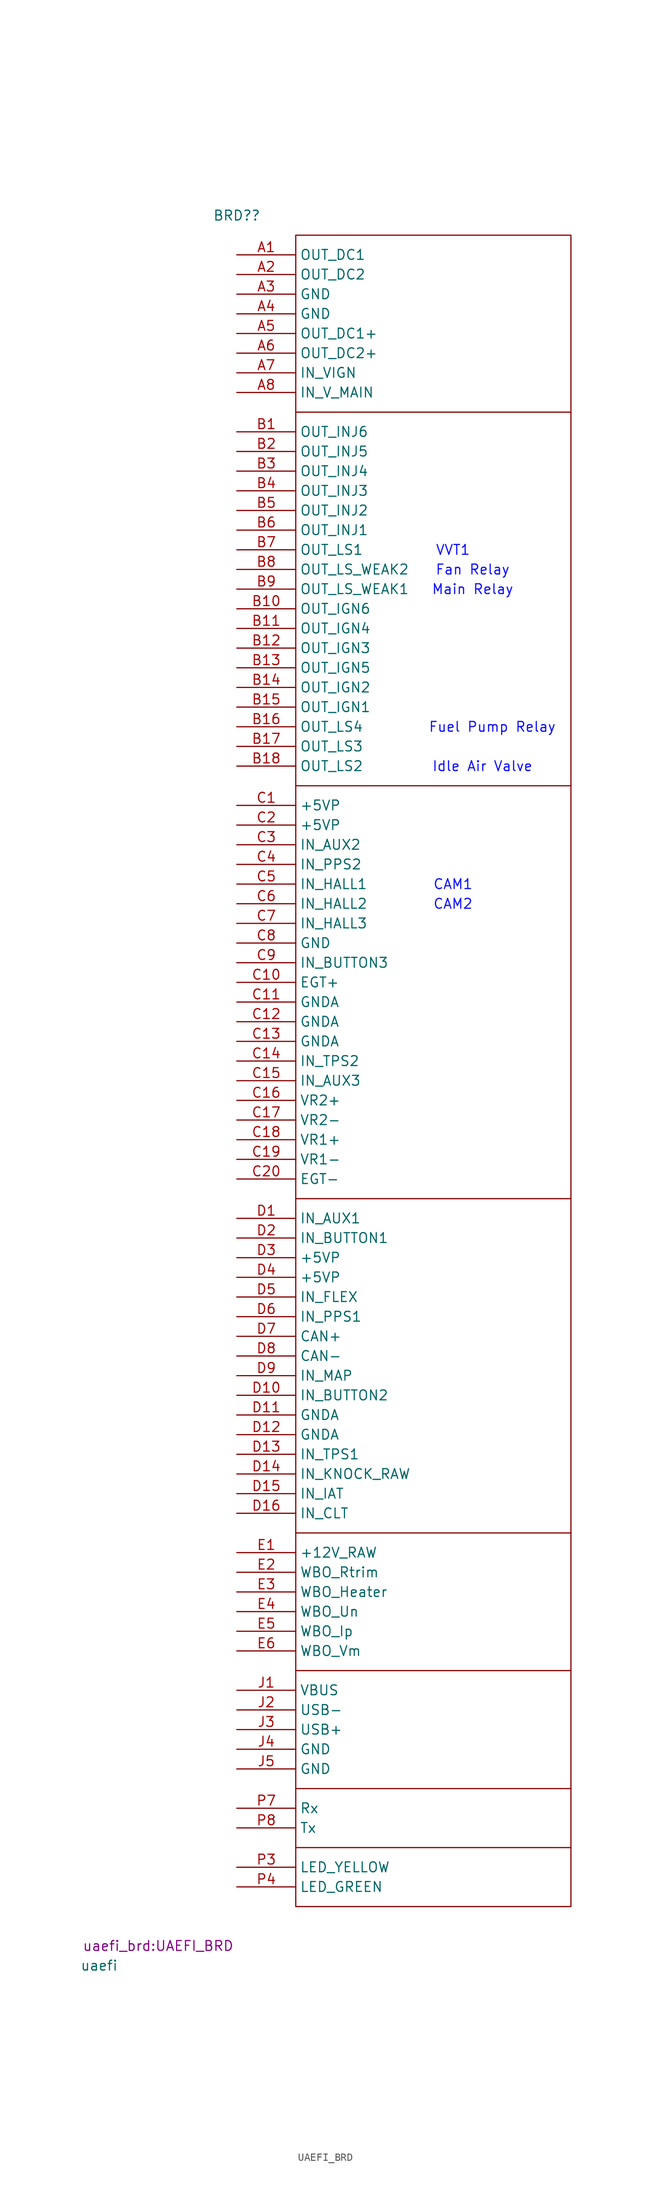
<source format=kicad_sym>
(kicad_symbol_lib
  (version 20220914)
  (generator kicad_symbol_editor)
  (symbol "UAEFI_BRD"
    (property "Reference" "BRD?"
      (at 0 5.08 0)
      (effects (font (size 1.27 1.27))))
    (property "Value" "uaefi"
      (at -17.78 -220.98 0)
      (effects (font (size 1.27 1.27))))
    (property "Footprint" "uaefi_brd:UAEFI_BRD"
      (at -10.16 -218.44 0)
      (effects (font (size 1.27 1.27))))
    (symbol "UAEFI_BRD_0_1"
      (polyline (pts (xy 7.62 -205.74) (xy 43.18 -205.74)) (stroke (width 0) (type default)) (fill (type none)))
      (polyline (pts (xy 7.62 -198.12) (xy 43.18 -198.12)) (stroke (width 0) (type default)) (fill (type none)))
      (polyline (pts (xy 7.62 -182.88) (xy 43.18 -182.88)) (stroke (width 0) (type default)) (fill (type none)))
      (polyline (pts (xy 7.62 -165.1) (xy 43.18 -165.1)) (stroke (width 0) (type default)) (fill (type none)))
      (polyline (pts (xy 7.62 -121.92) (xy 43.18 -121.92)) (stroke (width 0) (type default)) (fill (type none)))
      (polyline (pts (xy 7.62 -68.58) (xy 43.18 -68.58)) (stroke (width 0) (type default)) (fill (type none)))
      (polyline (pts (xy 7.62 -20.32) (xy 43.18 -20.32)) (stroke (width 0) (type default)) (fill (type none)))
      (rectangle (start 7.62 2.54) (end 43.18 -213.36) (stroke (width 0) (type default)) (fill (type none))))
    (symbol "UAEFI_BRD_1_0"
      (pin passive line (at 0 -106.68 0) (length 7.62) (name "IN_AUX3" (effects (font (size 1.27 1.27)))) (number "C15" (effects (font (size 1.27 1.27)))))
      (pin passive line (at 0 -109.22 0) (length 7.62) (name "VR2+" (effects (font (size 1.27 1.27)))) (number "C16" (effects (font (size 1.27 1.27)))))
      (pin passive line (at 0 -111.76 0) (length 7.62) (name "VR2-" (effects (font (size 1.27 1.27)))) (number "C17" (effects (font (size 1.27 1.27)))))
      (pin passive line (at 0 -114.3 0) (length 7.62) (name "VR1+" (effects (font (size 1.27 1.27)))) (number "C18" (effects (font (size 1.27 1.27)))))
      (pin passive line (at 0 -116.84 0) (length 7.62) (name "VR1-" (effects (font (size 1.27 1.27)))) (number "C19" (effects (font (size 1.27 1.27)))))
      (pin passive line (at 0 -119.38 0) (length 7.62) (name "EGT-" (effects (font (size 1.27 1.27)))) (number "C20" (effects (font (size 1.27 1.27)))))
      (pin passive line (at 0 -124.46 0) (length 7.62) (name "IN_AUX1" (effects (font (size 1.27 1.27)))) (number "D1" (effects (font (size 1.27 1.27)))))
      (pin passive line (at 0 -147.32 0) (length 7.62) (name "IN_BUTTON2" (effects (font (size 1.27 1.27)))) (number "D10" (effects (font (size 1.27 1.27)))))
      (pin passive line (at 0 -149.86 0) (length 7.62) (name "GNDA" (effects (font (size 1.27 1.27)))) (number "D11" (effects (font (size 1.27 1.27)))))
      (pin passive line (at 0 -152.4 0) (length 7.62) (name "GNDA" (effects (font (size 1.27 1.27)))) (number "D12" (effects (font (size 1.27 1.27)))))
      (pin passive line (at 0 -154.94 0) (length 7.62) (name "IN_TPS1" (effects (font (size 1.27 1.27)))) (number "D13" (effects (font (size 1.27 1.27)))))
      (pin passive line (at 0 -157.48 0) (length 7.62) (name "IN_KNOCK_RAW" (effects (font (size 1.27 1.27)))) (number "D14" (effects (font (size 1.27 1.27)))))
      (pin passive line (at 0 -160.02 0) (length 7.62) (name "IN_IAT" (effects (font (size 1.27 1.27)))) (number "D15" (effects (font (size 1.27 1.27)))))
      (pin passive line (at 0 -162.56 0) (length 7.62) (name "IN_CLT" (effects (font (size 1.27 1.27)))) (number "D16" (effects (font (size 1.27 1.27)))))
      (pin passive line (at 0 -127 0) (length 7.62) (name "IN_BUTTON1" (effects (font (size 1.27 1.27)))) (number "D2" (effects (font (size 1.27 1.27)))))
      (pin passive line (at 0 -129.54 0) (length 7.62) (name "+5VP" (effects (font (size 1.27 1.27)))) (number "D3" (effects (font (size 1.27 1.27)))))
      (pin passive line (at 0 -132.08 0) (length 7.62) (name "+5VP" (effects (font (size 1.27 1.27)))) (number "D4" (effects (font (size 1.27 1.27)))))
      (pin passive line (at 0 -134.62 0) (length 7.62) (name "IN_FLEX" (effects (font (size 1.27 1.27)))) (number "D5" (effects (font (size 1.27 1.27)))))
      (pin passive line (at 0 -137.16 0) (length 7.62) (name "IN_PPS1" (effects (font (size 1.27 1.27)))) (number "D6" (effects (font (size 1.27 1.27)))))
      (pin passive line (at 0 -139.7 0) (length 7.62) (name "CAN+" (effects (font (size 1.27 1.27)))) (number "D7" (effects (font (size 1.27 1.27)))))
      (pin passive line (at 0 -142.24 0) (length 7.62) (name "CAN-" (effects (font (size 1.27 1.27)))) (number "D8" (effects (font (size 1.27 1.27)))))
      (pin passive line (at 0 -144.78 0) (length 7.62) (name "IN_MAP" (effects (font (size 1.27 1.27)))) (number "D9" (effects (font (size 1.27 1.27)))))
      (pin passive line (at 0 -167.64 0) (length 7.62) (name "+12V_RAW" (effects (font (size 1.27 1.27)))) (number "E1" (effects (font (size 1.27 1.27)))))
      (pin passive line (at 0 -170.18 0) (length 7.62) (name "WBO_Rtrim" (effects (font (size 1.27 1.27)))) (number "E2" (effects (font (size 1.27 1.27)))))
      (pin passive line (at 0 -172.72 0) (length 7.62) (name "WBO_Heater" (effects (font (size 1.27 1.27)))) (number "E3" (effects (font (size 1.27 1.27)))))
      (pin passive line (at 0 -175.26 0) (length 7.62) (name "WBO_Un" (effects (font (size 1.27 1.27)))) (number "E4" (effects (font (size 1.27 1.27)))))
      (pin passive line (at 0 -177.8 0) (length 7.62) (name "WBO_Ip" (effects (font (size 1.27 1.27)))) (number "E5" (effects (font (size 1.27 1.27)))))
      (pin passive line (at 0 -180.34 0) (length 7.62) (name "WBO_Vm" (effects (font (size 1.27 1.27)))) (number "E6" (effects (font (size 1.27 1.27)))))
      (pin passive line (at 0 -185.42 0) (length 7.62) (name "VBUS" (effects (font (size 1.27 1.27)))) (number "J1" (effects (font (size 1.27 1.27)))))
      (pin passive line (at 0 -187.96 0) (length 7.62) (name "USB-" (effects (font (size 1.27 1.27)))) (number "J2" (effects (font (size 1.27 1.27)))))
      (pin passive line (at 0 -190.5 0) (length 7.62) (name "USB+" (effects (font (size 1.27 1.27)))) (number "J3" (effects (font (size 1.27 1.27)))))
      (pin passive line (at 0 -193.04 0) (length 7.62) (name "GND" (effects (font (size 1.27 1.27)))) (number "J4" (effects (font (size 1.27 1.27)))))
      (pin passive line (at 0 -195.58 0) (length 7.62) (name "GND" (effects (font (size 1.27 1.27)))) (number "J5" (effects (font (size 1.27 1.27)))))
      (pin passive line (at 0 -208.28 0) (length 7.62) (name "LED_YELLOW" (effects (font (size 1.27 1.27)))) (number "P3" (effects (font (size 1.27 1.27)))))
      (pin passive line (at 0 -210.82 0) (length 7.62) (name "LED_GREEN" (effects (font (size 1.27 1.27)))) (number "P4" (effects (font (size 1.27 1.27)))))
      (pin passive line (at 0 -200.66 0) (length 7.62) (name "Rx" (effects (font (size 1.27 1.27)))) (number "P7" (effects (font (size 1.27 1.27)))))
      (pin passive line (at 0 -203.2 0) (length 7.62) (name "Tx" (effects (font (size 1.27 1.27)))) (number "P8" (effects (font (size 1.27 1.27))))))
    (symbol "UAEFI_BRD_1_1"
      (text "CAM1" (at 27.94 -81.28 0) (effects (font (size 1.27 1.27) (color 13 14 255 1))))
      (text "CAM2" (at 27.94 -83.82 0) (effects (font (size 1.27 1.27) (color 13 14 255 1))))
      (text "Fan Relay" (at 30.48 -40.64 0) (effects (font (size 1.27 1.27) (color 13 14 255 1))))
      (text "Fuel Pump Relay" (at 33.02 -60.96 0) (effects (font (size 1.27 1.27) (color 13 14 255 1))))
      (text "Idle Air Valve" (at 31.75 -66.04 0) (effects (font (size 1.27 1.27) (color 13 14 255 1))))
      (text "Main Relay" (at 30.48 -43.18 0) (effects (font (size 1.27 1.27) (color 13 14 255 1))))
      (text "VVT1" (at 27.94 -38.1 0) (effects (font (size 1.27 1.27) (color 13 14 255 1))))
      (pin passive line (at 0 0 0) (length 7.62) (name "OUT_DC1" (effects (font (size 1.27 1.27)))) (number "A1" (effects (font (size 1.27 1.27)))))
      (pin passive line (at 0 -2.54 0) (length 7.62) (name "OUT_DC2" (effects (font (size 1.27 1.27)))) (number "A2" (effects (font (size 1.27 1.27)))))
      (pin passive line (at 0 -5.08 0) (length 7.62) (name "GND" (effects (font (size 1.27 1.27)))) (number "A3" (effects (font (size 1.27 1.27)))))
      (pin passive line (at 0 -7.62 0) (length 7.62) (name "GND" (effects (font (size 1.27 1.27)))) (number "A4" (effects (font (size 1.27 1.27)))))
      (pin passive line (at 0 -10.16 0) (length 7.62) (name "OUT_DC1+" (effects (font (size 1.27 1.27)))) (number "A5" (effects (font (size 1.27 1.27)))))
      (pin passive line (at 0 -12.7 0) (length 7.62) (name "OUT_DC2+" (effects (font (size 1.27 1.27)))) (number "A6" (effects (font (size 1.27 1.27)))))
      (pin passive line (at 0 -15.24 0) (length 7.62) (name "IN_VIGN" (effects (font (size 1.27 1.27)))) (number "A7" (effects (font (size 1.27 1.27)))))
      (pin passive line (at 0 -17.78 0) (length 7.62) (name "IN_V_MAIN" (effects (font (size 1.27 1.27)))) (number "A8" (effects (font (size 1.27 1.27)))))
      (pin passive line (at 0 -22.86 0) (length 7.62) (name "OUT_INJ6" (effects (font (size 1.27 1.27)))) (number "B1" (effects (font (size 1.27 1.27)))))
      (pin passive line (at 0 -45.72 0) (length 7.62) (name "OUT_IGN6" (effects (font (size 1.27 1.27)))) (number "B10" (effects (font (size 1.27 1.27)))))
      (pin passive line (at 0 -48.26 0) (length 7.62) (name "OUT_IGN4" (effects (font (size 1.27 1.27)))) (number "B11" (effects (font (size 1.27 1.27)))))
      (pin passive line (at 0 -50.8 0) (length 7.62) (name "OUT_IGN3" (effects (font (size 1.27 1.27)))) (number "B12" (effects (font (size 1.27 1.27)))))
      (pin passive line (at 0 -53.34 0) (length 7.62) (name "OUT_IGN5" (effects (font (size 1.27 1.27)))) (number "B13" (effects (font (size 1.27 1.27)))))
      (pin passive line (at 0 -55.88 0) (length 7.62) (name "OUT_IGN2" (effects (font (size 1.27 1.27)))) (number "B14" (effects (font (size 1.27 1.27)))))
      (pin passive line (at 0 -58.42 0) (length 7.62) (name "OUT_IGN1" (effects (font (size 1.27 1.27)))) (number "B15" (effects (font (size 1.27 1.27)))))
      (pin passive line (at 0 -60.96 0) (length 7.62) (name "OUT_LS4" (effects (font (size 1.27 1.27)))) (number "B16" (effects (font (size 1.27 1.27)))))
      (pin passive line (at 0 -63.5 0) (length 7.62) (name "OUT_LS3" (effects (font (size 1.27 1.27)))) (number "B17" (effects (font (size 1.27 1.27)))))
      (pin passive line (at 0 -66.04 0) (length 7.62) (name "OUT_LS2" (effects (font (size 1.27 1.27)))) (number "B18" (effects (font (size 1.27 1.27)))))
      (pin passive line (at 0 -25.4 0) (length 7.62) (name "OUT_INJ5" (effects (font (size 1.27 1.27)))) (number "B2" (effects (font (size 1.27 1.27)))))
      (pin passive line (at 0 -27.94 0) (length 7.62) (name "OUT_INJ4" (effects (font (size 1.27 1.27)))) (number "B3" (effects (font (size 1.27 1.27)))))
      (pin passive line (at 0 -30.48 0) (length 7.62) (name "OUT_INJ3" (effects (font (size 1.27 1.27)))) (number "B4" (effects (font (size 1.27 1.27)))))
      (pin passive line (at 0 -33.02 0) (length 7.62) (name "OUT_INJ2" (effects (font (size 1.27 1.27)))) (number "B5" (effects (font (size 1.27 1.27)))))
      (pin passive line (at 0 -35.56 0) (length 7.62) (name "OUT_INJ1" (effects (font (size 1.27 1.27)))) (number "B6" (effects (font (size 1.27 1.27)))))
      (pin passive line (at 0 -38.1 0) (length 7.62) (name "OUT_LS1" (effects (font (size 1.27 1.27)))) (number "B7" (effects (font (size 1.27 1.27)))))
      (pin passive line (at 0 -40.64 0) (length 7.62) (name "OUT_LS_WEAK2" (effects (font (size 1.27 1.27)))) (number "B8" (effects (font (size 1.27 1.27)))))
      (pin passive line (at 0 -43.18 0) (length 7.62) (name "OUT_LS_WEAK1" (effects (font (size 1.27 1.27)))) (number "B9" (effects (font (size 1.27 1.27)))))
      (pin passive line (at 0 -71.12 0) (length 7.62) (name "+5VP" (effects (font (size 1.27 1.27)))) (number "C1" (effects (font (size 1.27 1.27)))))
      (pin passive line (at 0 -93.98 0) (length 7.62) (name "EGT+" (effects (font (size 1.27 1.27)))) (number "C10" (effects (font (size 1.27 1.27)))))
      (pin passive line (at 0 -96.52 0) (length 7.62) (name "GNDA" (effects (font (size 1.27 1.27)))) (number "C11" (effects (font (size 1.27 1.27)))))
      (pin passive line (at 0 -99.06 0) (length 7.62) (name "GNDA" (effects (font (size 1.27 1.27)))) (number "C12" (effects (font (size 1.27 1.27)))))
      (pin passive line (at 0 -101.6 0) (length 7.62) (name "GNDA" (effects (font (size 1.27 1.27)))) (number "C13" (effects (font (size 1.27 1.27)))))
      (pin passive line (at 0 -104.14 0) (length 7.62) (name "IN_TPS2" (effects (font (size 1.27 1.27)))) (number "C14" (effects (font (size 1.27 1.27)))))
      (pin passive line (at 0 -73.66 0) (length 7.62) (name "+5VP" (effects (font (size 1.27 1.27)))) (number "C2" (effects (font (size 1.27 1.27)))))
      (pin passive line (at 0 -76.2 0) (length 7.62) (name "IN_AUX2" (effects (font (size 1.27 1.27)))) (number "C3" (effects (font (size 1.27 1.27)))))
      (pin passive line (at 0 -78.74 0) (length 7.62) (name "IN_PPS2" (effects (font (size 1.27 1.27)))) (number "C4" (effects (font (size 1.27 1.27)))))
      (pin passive line (at 0 -81.28 0) (length 7.62) (name "IN_HALL1" (effects (font (size 1.27 1.27)))) (number "C5" (effects (font (size 1.27 1.27)))))
      (pin passive line (at 0 -83.82 0) (length 7.62) (name "IN_HALL2" (effects (font (size 1.27 1.27)))) (number "C6" (effects (font (size 1.27 1.27)))))
      (pin passive line (at 0 -86.36 0) (length 7.62) (name "IN_HALL3" (effects (font (size 1.27 1.27)))) (number "C7" (effects (font (size 1.27 1.27)))))
      (pin passive line (at 0 -88.9 0) (length 7.62) (name "GND" (effects (font (size 1.27 1.27)))) (number "C8" (effects (font (size 1.27 1.27)))))
      (pin passive line (at 0 -91.44 0) (length 7.62) (name "IN_BUTTON3" (effects (font (size 1.27 1.27)))) (number "C9" (effects (font (size 1.27 1.27))))))))
</source>
